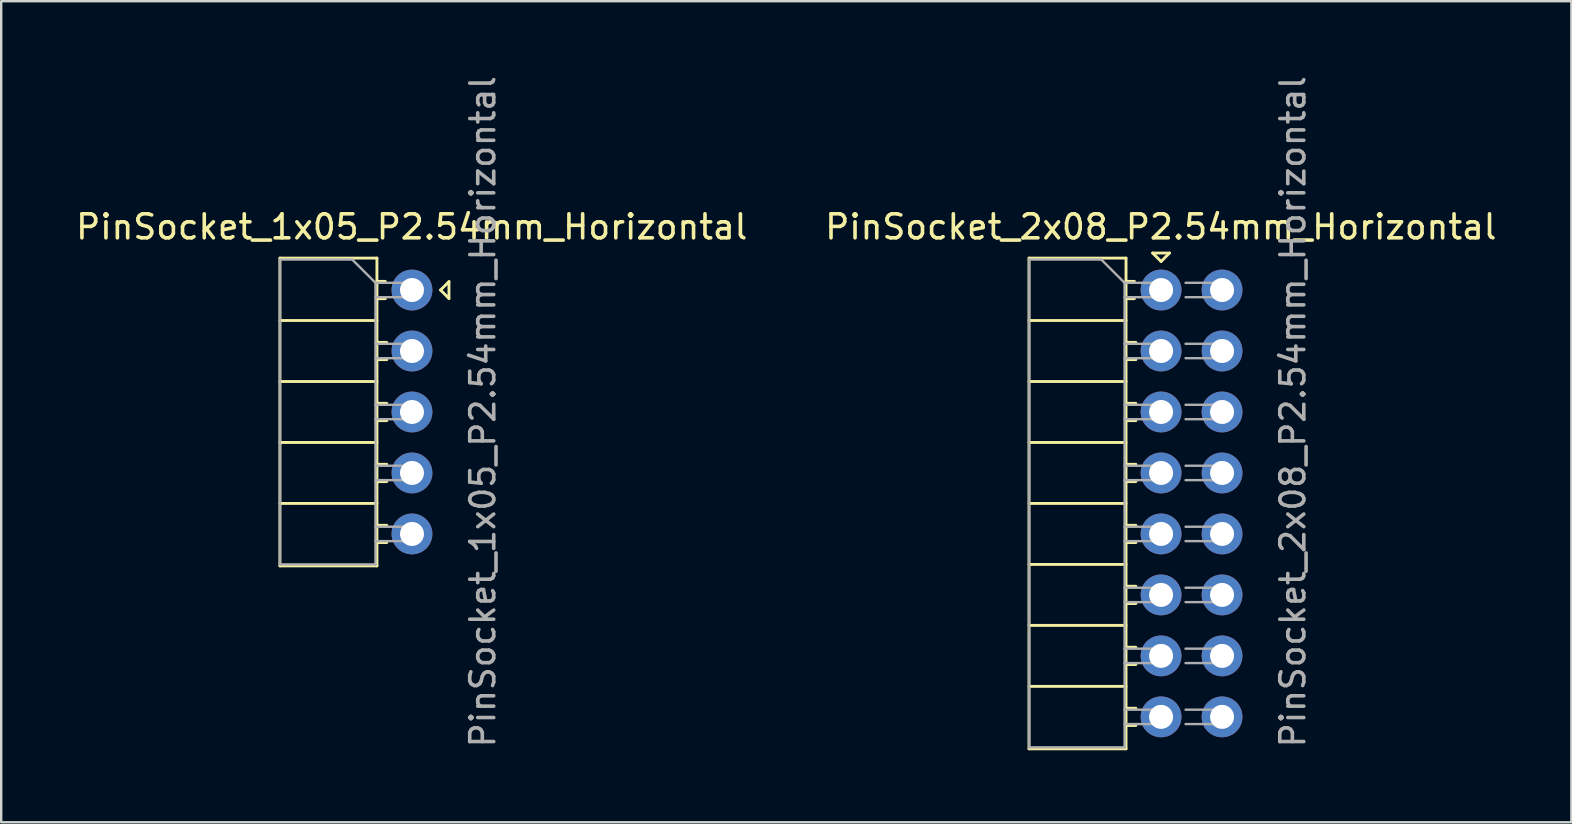
<source format=kicad_pcb>
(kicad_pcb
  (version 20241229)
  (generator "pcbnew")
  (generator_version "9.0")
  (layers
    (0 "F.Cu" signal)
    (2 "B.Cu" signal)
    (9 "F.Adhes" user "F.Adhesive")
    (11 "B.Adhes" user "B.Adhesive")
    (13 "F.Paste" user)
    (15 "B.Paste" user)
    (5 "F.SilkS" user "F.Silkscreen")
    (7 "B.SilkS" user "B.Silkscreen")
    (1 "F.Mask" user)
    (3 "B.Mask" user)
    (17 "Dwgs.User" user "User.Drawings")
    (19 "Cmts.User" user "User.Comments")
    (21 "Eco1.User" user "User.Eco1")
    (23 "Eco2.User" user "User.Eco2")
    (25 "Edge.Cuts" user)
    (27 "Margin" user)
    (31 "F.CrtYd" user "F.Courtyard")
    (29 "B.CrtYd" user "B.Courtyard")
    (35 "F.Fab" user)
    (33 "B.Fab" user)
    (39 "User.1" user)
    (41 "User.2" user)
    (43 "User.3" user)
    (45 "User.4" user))
  (footprint "PinSocket_2x08_P2.54mm_Horizontal"
    (layer "F.Cu")
    (at 45.314 9.031)
    (property "Reference" "PinSocket_2x08_P2.54mm_Horizontal" (at -0.01 -2.63 180) (layer "F.SilkS") (effects (font (size 1 1) (thickness 0.15))))
    (attr through_hole)
    (fp_line (start -5.5 -1.33) (end -5.5 19.11) (stroke (width 0.12) (type solid)) (layer "F.SilkS"))
    (fp_line (start -5.5 -1.33) (end -1.46 -1.33) (stroke (width 0.12) (type solid)) (layer "F.SilkS"))
    (fp_line (start -5.5 1.27) (end -1.46 1.27) (stroke (width 0.12) (type solid)) (layer "F.SilkS"))
    (fp_line (start -5.5 3.81) (end -1.46 3.81) (stroke (width 0.12) (type solid)) (layer "F.SilkS"))
    (fp_line (start -5.5 6.35) (end -1.46 6.35) (stroke (width 0.12) (type solid)) (layer "F.SilkS"))
    (fp_line (start -5.5 8.89) (end -1.46 8.89) (stroke (width 0.12) (type solid)) (layer "F.SilkS"))
    (fp_line (start -5.5 11.43) (end -1.46 11.43) (stroke (width 0.12) (type solid)) (layer "F.SilkS"))
    (fp_line (start -5.5 13.97) (end -1.46 13.97) (stroke (width 0.12) (type solid)) (layer "F.SilkS"))
    (fp_line (start -5.5 16.51) (end -1.46 16.51) (stroke (width 0.12) (type solid)) (layer "F.SilkS"))
    (fp_line (start -5.5 19.11) (end -1.46 19.11) (stroke (width 0.12) (type solid)) (layer "F.SilkS"))
    (fp_line (start -1.46 -1.33) (end -1.46 19.11) (stroke (width 0.12) (type solid)) (layer "F.SilkS"))
    (fp_line (start -1.46 -0.36) (end -1.11 -0.36) (stroke (width 0.12) (type solid)) (layer "F.SilkS"))
    (fp_line (start -1.46 0.36) (end -1.11 0.36) (stroke (width 0.12) (type solid)) (layer "F.SilkS"))
    (fp_line (start -1.46 2.18) (end -1.05 2.18) (stroke (width 0.12) (type solid)) (layer "F.SilkS"))
    (fp_line (start -1.46 2.9) (end -1.05 2.9) (stroke (width 0.12) (type solid)) (layer "F.SilkS"))
    (fp_line (start -1.46 4.72) (end -1.05 4.72) (stroke (width 0.12) (type solid)) (layer "F.SilkS"))
    (fp_line (start -1.46 5.44) (end -1.05 5.44) (stroke (width 0.12) (type solid)) (layer "F.SilkS"))
    (fp_line (start -1.46 7.26) (end -1.05 7.26) (stroke (width 0.12) (type solid)) (layer "F.SilkS"))
    (fp_line (start -1.46 7.98) (end -1.05 7.98) (stroke (width 0.12) (type solid)) (layer "F.SilkS"))
    (fp_line (start -1.46 9.8) (end -1.05 9.8) (stroke (width 0.12) (type solid)) (layer "F.SilkS"))
    (fp_line (start -1.46 10.52) (end -1.05 10.52) (stroke (width 0.12) (type solid)) (layer "F.SilkS"))
    (fp_line (start -1.46 12.34) (end -1.05 12.34) (stroke (width 0.12) (type solid)) (layer "F.SilkS"))
    (fp_line (start -1.46 13.06) (end -1.05 13.06) (stroke (width 0.12) (type solid)) (layer "F.SilkS"))
    (fp_line (start -1.46 14.88) (end -1.05 14.88) (stroke (width 0.12) (type solid)) (layer "F.SilkS"))
    (fp_line (start -1.46 15.6) (end -1.05 15.6) (stroke (width 0.12) (type solid)) (layer "F.SilkS"))
    (fp_line (start -1.46 17.42) (end -1.05 17.42) (stroke (width 0.12) (type solid)) (layer "F.SilkS"))
    (fp_line (start -1.46 18.14) (end -1.05 18.14) (stroke (width 0.12) (type solid)) (layer "F.SilkS"))
    (fp_line (start -0.35 -1.54) (end 0 -1.19) (stroke (width 0.12) (type default)) (layer "F.SilkS"))
    (fp_line (start -0.35 -1.54) (end 0.35 -1.54) (stroke (width 0.12) (type default)) (layer "F.SilkS"))
    (fp_line (start 0.35 -1.54) (end 0 -1.19) (stroke (width 0.12) (type default)) (layer "F.SilkS"))
    (fp_line (start -5.5 -1.27) (end -2.49 -1.27) (stroke (width 0.1) (type solid)) (layer "F.Fab"))
    (fp_line (start -5.5 19.05) (end -5.5 -1.27) (stroke (width 0.1) (type solid)) (layer "F.Fab"))
    (fp_line (start -2.49 -1.27) (end -1.52 -0.3) (stroke (width 0.1) (type solid)) (layer "F.Fab"))
    (fp_line (start -1.52 -0.3) (end -1.52 19.05) (stroke (width 0.1) (type solid)) (layer "F.Fab"))
    (fp_line (start -1.52 0.3) (end 0 0.3) (stroke (width 0.1) (type solid)) (layer "F.Fab"))
    (fp_line (start -1.52 2.84) (end 0 2.84) (stroke (width 0.1) (type solid)) (layer "F.Fab"))
    (fp_line (start -1.52 5.38) (end 0 5.38) (stroke (width 0.1) (type solid)) (layer "F.Fab"))
    (fp_line (start -1.52 7.92) (end 0 7.92) (stroke (width 0.1) (type solid)) (layer "F.Fab"))
    (fp_line (start -1.52 10.46) (end 0 10.46) (stroke (width 0.1) (type solid)) (layer "F.Fab"))
    (fp_line (start -1.52 13) (end 0 13) (stroke (width 0.1) (type solid)) (layer "F.Fab"))
    (fp_line (start -1.52 15.54) (end 0 15.54) (stroke (width 0.1) (type solid)) (layer "F.Fab"))
    (fp_line (start -1.52 18.08) (end 0 18.08) (stroke (width 0.1) (type solid)) (layer "F.Fab"))
    (fp_line (start -1.52 19.05) (end -5.5 19.05) (stroke (width 0.1) (type solid)) (layer "F.Fab"))
    (fp_line (start 0 -0.3) (end -1.52 -0.3) (stroke (width 0.1) (type solid)) (layer "F.Fab"))
    (fp_line (start 0 0.3) (end 0 -0.3) (stroke (width 0.1) (type solid)) (layer "F.Fab"))
    (fp_line (start 0 2.24) (end -1.52 2.24) (stroke (width 0.1) (type solid)) (layer "F.Fab"))
    (fp_line (start 0 2.84) (end 0 2.24) (stroke (width 0.1) (type solid)) (layer "F.Fab"))
    (fp_line (start 0 4.78) (end -1.52 4.78) (stroke (width 0.1) (type solid)) (layer "F.Fab"))
    (fp_line (start 0 5.38) (end 0 4.78) (stroke (width 0.1) (type solid)) (layer "F.Fab"))
    (fp_line (start 0 7.32) (end -1.52 7.32) (stroke (width 0.1) (type solid)) (layer "F.Fab"))
    (fp_line (start 0 7.92) (end 0 7.32) (stroke (width 0.1) (type solid)) (layer "F.Fab"))
    (fp_line (start 0 9.86) (end -1.52 9.86) (stroke (width 0.1) (type solid)) (layer "F.Fab"))
    (fp_line (start 0 10.46) (end 0 9.86) (stroke (width 0.1) (type solid)) (layer "F.Fab"))
    (fp_line (start 0 12.4) (end -1.52 12.4) (stroke (width 0.1) (type solid)) (layer "F.Fab"))
    (fp_line (start 0 13) (end 0 12.4) (stroke (width 0.1) (type solid)) (layer "F.Fab"))
    (fp_line (start 0 14.94) (end -1.52 14.94) (stroke (width 0.1) (type solid)) (layer "F.Fab"))
    (fp_line (start 0 17.48) (end -1.52 17.48) (stroke (width 0.1) (type solid)) (layer "F.Fab"))
    (fp_line (start 1.02 0.3) (end 2.54 0.3) (stroke (width 0.1) (type solid)) (layer "F.Fab"))
    (fp_line (start 1.02 2.84) (end 2.54 2.84) (stroke (width 0.1) (type solid)) (layer "F.Fab"))
    (fp_line (start 1.02 5.38) (end 2.54 5.38) (stroke (width 0.1) (type solid)) (layer "F.Fab"))
    (fp_line (start 1.02 7.92) (end 2.54 7.92) (stroke (width 0.1) (type solid)) (layer "F.Fab"))
    (fp_line (start 1.02 10.46) (end 2.54 10.46) (stroke (width 0.1) (type solid)) (layer "F.Fab"))
    (fp_line (start 1.02 13) (end 2.54 13) (stroke (width 0.1) (type solid)) (layer "F.Fab"))
    (fp_line (start 1.02 15.54) (end 2.54 15.54) (stroke (width 0.1) (type solid)) (layer "F.Fab"))
    (fp_line (start 1.02 18.08) (end 2.54 18.08) (stroke (width 0.1) (type solid)) (layer "F.Fab"))
    (fp_line (start 2.54 -0.3) (end 1.02 -0.3) (stroke (width 0.1) (type solid)) (layer "F.Fab"))
    (fp_line (start 2.54 0.3) (end 2.54 -0.3) (stroke (width 0.1) (type solid)) (layer "F.Fab"))
    (fp_line (start 2.54 2.24) (end 1.02 2.24) (stroke (width 0.1) (type solid)) (layer "F.Fab"))
    (fp_line (start 2.54 2.84) (end 2.54 2.24) (stroke (width 0.1) (type solid)) (layer "F.Fab"))
    (fp_line (start 2.54 4.78) (end 1.02 4.78) (stroke (width 0.1) (type solid)) (layer "F.Fab"))
    (fp_line (start 2.54 5.38) (end 2.54 4.78) (stroke (width 0.1) (type solid)) (layer "F.Fab"))
    (fp_line (start 2.54 7.32) (end 1.02 7.32) (stroke (width 0.1) (type solid)) (layer "F.Fab"))
    (fp_line (start 2.54 7.92) (end 2.54 7.32) (stroke (width 0.1) (type solid)) (layer "F.Fab"))
    (fp_line (start 2.54 9.86) (end 1.02 9.86) (stroke (width 0.1) (type solid)) (layer "F.Fab"))
    (fp_line (start 2.54 10.46) (end 2.54 9.86) (stroke (width 0.1) (type solid)) (layer "F.Fab"))
    (fp_line (start 2.54 12.4) (end 1.02 12.4) (stroke (width 0.1) (type solid)) (layer "F.Fab"))
    (fp_line (start 2.54 13) (end 2.54 12.4) (stroke (width 0.1) (type solid)) (layer "F.Fab"))
    (fp_line (start 2.54 14.94) (end 1.02 14.94) (stroke (width 0.1) (type solid)) (layer "F.Fab"))
    (fp_line (start 2.54 17.48) (end 1.02 17.48) (stroke (width 0.1) (type solid)) (layer "F.Fab"))
    (fp_text user "${REFERENCE}" (at 5.49 5.07 90) (layer "F.Fab") (effects (font (size 1 1) (thickness 0.15))))
    (pad "1" thru_hole circle (at 0 0 90) (size 1.7 1.7) (drill 1) (layers "*.Cu" "*.Mask"))
    (pad "2" thru_hole oval (at 0 2.54) (size 1.7 1.7) (drill 1) (layers "*.Cu" "*.Mask"))
    (pad "3" thru_hole oval (at 0 5.08) (size 1.7 1.7) (drill 1) (layers "*.Cu" "*.Mask"))
    (pad "4" thru_hole oval (at 0 7.62) (size 1.7 1.7) (drill 1) (layers "*.Cu" "*.Mask"))
    (pad "5" thru_hole oval (at 0 10.16) (size 1.7 1.7) (drill 1) (layers "*.Cu" "*.Mask"))
    (pad "6" thru_hole oval (at 0 12.7) (size 1.7 1.7) (drill 1) (layers "*.Cu" "*.Mask"))
    (pad "7" thru_hole oval (at 0 15.24) (size 1.7 1.7) (drill 1) (layers "*.Cu" "*.Mask"))
    (pad "8" thru_hole oval (at 0 17.78) (size 1.7 1.7) (drill 1) (layers "*.Cu" "*.Mask"))
    (pad "9" thru_hole circle (at 2.54 0) (size 1.7 1.7) (drill 1) (layers "*.Cu" "*.Mask"))
    (pad "10" thru_hole oval (at 2.54 2.54) (size 1.7 1.7) (drill 1) (layers "*.Cu" "*.Mask"))
    (pad "11" thru_hole oval (at 2.54 5.08) (size 1.7 1.7) (drill 1) (layers "*.Cu" "*.Mask"))
    (pad "12" thru_hole oval (at 2.54 7.62) (size 1.7 1.7) (drill 1) (layers "*.Cu" "*.Mask"))
    (pad "13" thru_hole oval (at 2.54 10.16) (size 1.7 1.7) (drill 1) (layers "*.Cu" "*.Mask"))
    (pad "14" thru_hole oval (at 2.54 12.7) (size 1.7 1.7) (drill 1) (layers "*.Cu" "*.Mask"))
    (pad "15" thru_hole oval (at 2.54 15.24) (size 1.7 1.7) (drill 1) (layers "*.Cu" "*.Mask"))
    (pad "16" thru_hole oval (at 2.54 17.78) (size 1.7 1.7) (drill 1) (layers "*.Cu" "*.Mask")))
  (footprint "PinSocket_1x05_P2.54mm_Horizontal"
    (layer "F.Cu")
    (at 14.111 9.031)
    (property "Reference" "PinSocket_1x05_P2.54mm_Horizontal" (at -0.01 -2.63 180) (layer "F.SilkS") (effects (font (size 1 1) (thickness 0.15))))
    (attr through_hole)
    (fp_line (start -5.5 -1.33) (end -5.5 11.49) (stroke (width 0.12) (type solid)) (layer "F.SilkS"))
    (fp_line (start -5.5 -1.33) (end -1.46 -1.33) (stroke (width 0.12) (type solid)) (layer "F.SilkS"))
    (fp_line (start -5.5 1.27) (end -1.46 1.27) (stroke (width 0.12) (type solid)) (layer "F.SilkS"))
    (fp_line (start -5.5 3.81) (end -1.46 3.81) (stroke (width 0.12) (type solid)) (layer "F.SilkS"))
    (fp_line (start -5.5 6.35) (end -1.46 6.35) (stroke (width 0.12) (type solid)) (layer "F.SilkS"))
    (fp_line (start -5.5 8.89) (end -1.46 8.89) (stroke (width 0.12) (type solid)) (layer "F.SilkS"))
    (fp_line (start -5.5 11.49) (end -1.46 11.49) (stroke (width 0.12) (type solid)) (layer "F.SilkS"))
    (fp_line (start -1.46 -1.33) (end -1.46 11.49) (stroke (width 0.12) (type solid)) (layer "F.SilkS"))
    (fp_line (start -1.46 -0.36) (end -1.11 -0.36) (stroke (width 0.12) (type solid)) (layer "F.SilkS"))
    (fp_line (start -1.46 0.36) (end -1.11 0.36) (stroke (width 0.12) (type solid)) (layer "F.SilkS"))
    (fp_line (start -1.46 2.18) (end -1.05 2.18) (stroke (width 0.12) (type solid)) (layer "F.SilkS"))
    (fp_line (start -1.46 2.9) (end -1.05 2.9) (stroke (width 0.12) (type solid)) (layer "F.SilkS"))
    (fp_line (start -1.46 4.72) (end -1.05 4.72) (stroke (width 0.12) (type solid)) (layer "F.SilkS"))
    (fp_line (start -1.46 5.44) (end -1.05 5.44) (stroke (width 0.12) (type solid)) (layer "F.SilkS"))
    (fp_line (start -1.46 7.26) (end -1.05 7.26) (stroke (width 0.12) (type solid)) (layer "F.SilkS"))
    (fp_line (start -1.46 7.98) (end -1.05 7.98) (stroke (width 0.12) (type solid)) (layer "F.SilkS"))
    (fp_line (start -1.46 9.8) (end -1.05 9.8) (stroke (width 0.12) (type solid)) (layer "F.SilkS"))
    (fp_line (start -1.46 10.52) (end -1.05 10.52) (stroke (width 0.12) (type solid)) (layer "F.SilkS"))
    (fp_line (start 1.54 -0.35) (end 1.19 0) (stroke (width 0.12) (type default)) (layer "F.SilkS"))
    (fp_line (start 1.54 -0.35) (end 1.54 0.35) (stroke (width 0.12) (type default)) (layer "F.SilkS"))
    (fp_line (start 1.54 0.35) (end 1.19 0) (stroke (width 0.12) (type default)) (layer "F.SilkS"))
    (fp_line (start -5.5 -1.27) (end -2.49 -1.27) (stroke (width 0.1) (type solid)) (layer "F.Fab"))
    (fp_line (start -5.5 11.43) (end -5.5 -1.27) (stroke (width 0.1) (type solid)) (layer "F.Fab"))
    (fp_line (start -2.49 -1.27) (end -1.52 -0.3) (stroke (width 0.1) (type solid)) (layer "F.Fab"))
    (fp_line (start -1.52 -0.3) (end -1.52 11.43) (stroke (width 0.1) (type solid)) (layer "F.Fab"))
    (fp_line (start -1.52 0.3) (end 0 0.3) (stroke (width 0.1) (type solid)) (layer "F.Fab"))
    (fp_line (start -1.52 2.84) (end 0 2.84) (stroke (width 0.1) (type solid)) (layer "F.Fab"))
    (fp_line (start -1.52 5.38) (end 0 5.38) (stroke (width 0.1) (type solid)) (layer "F.Fab"))
    (fp_line (start -1.52 7.92) (end 0 7.92) (stroke (width 0.1) (type solid)) (layer "F.Fab"))
    (fp_line (start -1.52 10.46) (end 0 10.46) (stroke (width 0.1) (type solid)) (layer "F.Fab"))
    (fp_line (start -1.52 11.43) (end -5.5 11.43) (stroke (width 0.1) (type solid)) (layer "F.Fab"))
    (fp_line (start 0 -0.3) (end -1.52 -0.3) (stroke (width 0.1) (type solid)) (layer "F.Fab"))
    (fp_line (start 0 0.3) (end 0 -0.3) (stroke (width 0.1) (type solid)) (layer "F.Fab"))
    (fp_line (start 0 2.24) (end -1.52 2.24) (stroke (width 0.1) (type solid)) (layer "F.Fab"))
    (fp_line (start 0 2.84) (end 0 2.24) (stroke (width 0.1) (type solid)) (layer "F.Fab"))
    (fp_line (start 0 4.78) (end -1.52 4.78) (stroke (width 0.1) (type solid)) (layer "F.Fab"))
    (fp_line (start 0 5.38) (end 0 4.78) (stroke (width 0.1) (type solid)) (layer "F.Fab"))
    (fp_line (start 0 7.32) (end -1.52 7.32) (stroke (width 0.1) (type solid)) (layer "F.Fab"))
    (fp_line (start 0 7.92) (end 0 7.32) (stroke (width 0.1) (type solid)) (layer "F.Fab"))
    (fp_line (start 0 9.86) (end -1.52 9.86) (stroke (width 0.1) (type solid)) (layer "F.Fab"))
    (fp_line (start 0 10.46) (end 0 9.86) (stroke (width 0.1) (type solid)) (layer "F.Fab"))
    (fp_text user "${REFERENCE}" (at 2.95 5.07 90) (layer "F.Fab") (effects (font (size 1 1) (thickness 0.15))))
    (pad "1" thru_hole circle (at 0 0) (size 1.7 1.7) (drill 1) (layers "*.Cu" "*.Mask"))
    (pad "2" thru_hole oval (at 0 2.54) (size 1.7 1.7) (drill 1) (layers "*.Cu" "*.Mask"))
    (pad "3" thru_hole oval (at 0 5.08) (size 1.7 1.7) (drill 1) (layers "*.Cu" "*.Mask"))
    (pad "4" thru_hole oval (at 0 7.62) (size 1.7 1.7) (drill 1) (layers "*.Cu" "*.Mask"))
    (pad "5" thru_hole oval (at 0 10.16) (size 1.7 1.7) (drill 1) (layers "*.Cu" "*.Mask")))
  (gr_rect
    (start -3 -3)
    (end 62.405 31.202)
    (stroke (width 0.1) (type default))
    (fill no)
    (layer "Edge.Cuts")))
</source>
